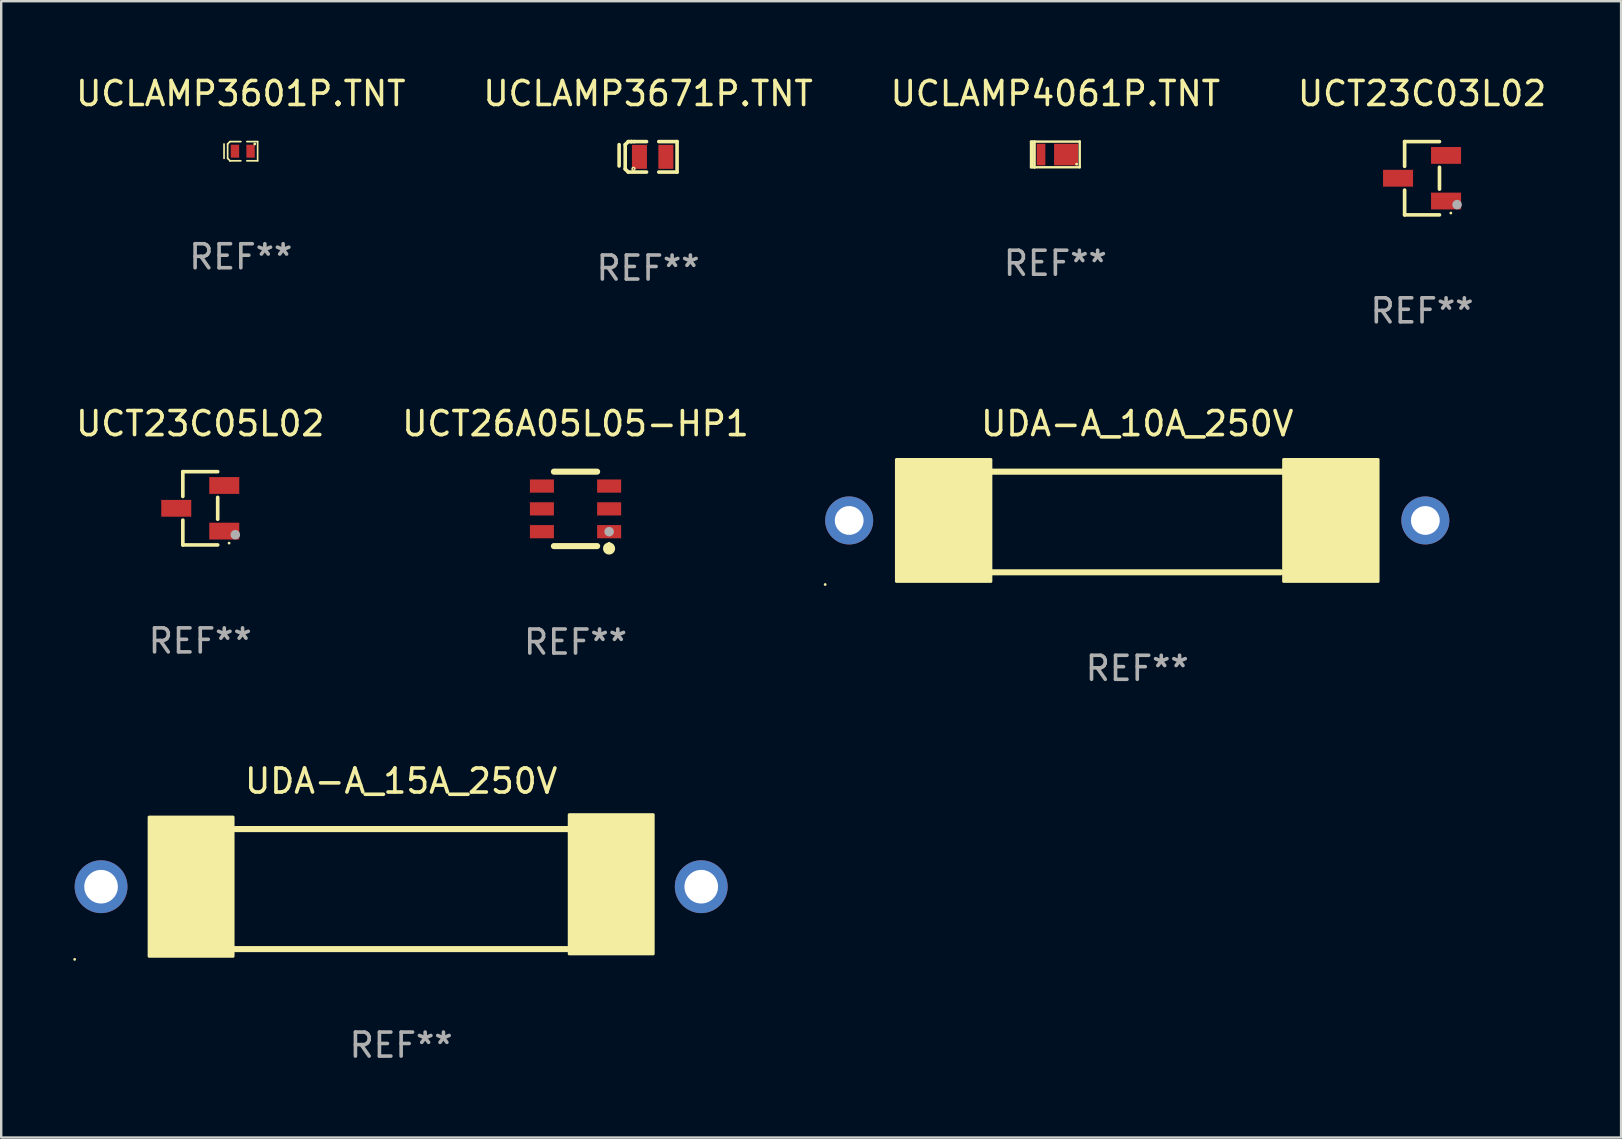
<source format=kicad_pcb>
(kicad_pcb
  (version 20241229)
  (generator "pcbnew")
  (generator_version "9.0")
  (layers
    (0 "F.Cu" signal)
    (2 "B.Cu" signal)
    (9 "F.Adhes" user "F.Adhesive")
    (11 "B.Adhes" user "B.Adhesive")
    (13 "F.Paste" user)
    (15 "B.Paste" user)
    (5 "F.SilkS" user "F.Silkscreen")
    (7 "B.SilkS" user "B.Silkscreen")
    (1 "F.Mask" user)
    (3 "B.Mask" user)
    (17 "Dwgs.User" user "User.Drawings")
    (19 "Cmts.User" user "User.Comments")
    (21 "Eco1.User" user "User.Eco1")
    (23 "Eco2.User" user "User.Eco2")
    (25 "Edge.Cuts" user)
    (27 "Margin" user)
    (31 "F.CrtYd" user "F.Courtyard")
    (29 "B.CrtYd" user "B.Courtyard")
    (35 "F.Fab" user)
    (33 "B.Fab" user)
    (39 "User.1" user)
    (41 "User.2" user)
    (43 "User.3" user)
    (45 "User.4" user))
  (footprint "UCT26A05L05-HP1"
    (layer "F.Cu")
    (at 20.923 18.147)
    (property "Reference" "UCT26A05L05-HP1" (at 0 -3.55 0) (layer "F.SilkS") (effects (font (size 1 1) (thickness 0.15))))
    (attr through_hole)
    (fp_line (start -0.9 -1.55) (end 0.9 -1.55) (stroke (width 0.254) (type solid)) (layer "F.SilkS"))
    (fp_line (start -0.9 1.55) (end 0.9 1.55) (stroke (width 0.254) (type solid)) (layer "F.SilkS"))
    (fp_circle (center 1.397 1.651) (end 1.524 1.651) (stroke (width 0.254) (type solid)) (fill no) (layer "F.SilkS"))
    (fp_circle (center 1.4 1.435) (end 1.43 1.435) (stroke (width 0.06) (type solid)) (fill no) (layer "F.SilkS"))
    (fp_circle (center 1.4 0.95) (end 1.5 0.95) (stroke (width 0.2) (type solid)) (fill no) (layer "F.Fab"))
    (fp_text user "REF**" (at 0 5.55 0) (layer "F.Fab") (effects (font (size 1 1) (thickness 0.15))))
    (pad "1" smd rect (at 1.4 0.95) (size 1 0.55) (layers "F.Cu" "F.Mask" "F.Paste"))
    (pad "2" smd rect (at 1.4 -0.000102) (size 1 0.55) (layers "F.Cu" "F.Mask" "F.Paste"))
    (pad "3" smd rect (at 1.4 -0.95) (size 1 0.55) (layers "F.Cu" "F.Mask" "F.Paste"))
    (pad "4" smd rect (at -1.4 -0.95) (size 1 0.55) (layers "F.Cu" "F.Mask" "F.Paste"))
    (pad "5" smd rect (at -1.4 -0.000102) (size 1 0.55) (layers "F.Cu" "F.Mask" "F.Paste"))
    (pad "6" smd rect (at -1.4 0.95) (size 1 0.55) (layers "F.Cu" "F.Mask" "F.Paste")))
  (footprint "UCLAMP4061P.TNT"
    (layer "F.Cu")
    (at 40.911 3.383)
    (property "Reference" "UCLAMP4061P.TNT" (at 0 -2.535 0) (layer "F.SilkS") (effects (font (size 1 1) (thickness 0.15))))
    (attr through_hole)
    (fp_line (start -1.015 -0.534) (end -1.015 0.535) (stroke (width 0.1) (type solid)) (layer "F.SilkS"))
    (fp_line (start -1.015 0.535) (end -0.865 0.535) (stroke (width 0.1) (type solid)) (layer "F.SilkS"))
    (fp_line (start -0.945 -0.534) (end -0.945 0.535) (stroke (width 0.1) (type solid)) (layer "F.SilkS"))
    (fp_line (start -0.865 -0.534) (end -1.015 -0.534) (stroke (width 0.1) (type solid)) (layer "F.SilkS"))
    (fp_line (start -0.865 -0.534) (end -0.865 0.535) (stroke (width 0.1) (type solid)) (layer "F.SilkS"))
    (fp_line (start -0.865 -0.534) (end 1.015 -0.534) (stroke (width 0.1) (type solid)) (layer "F.SilkS"))
    (fp_line (start -0.865 0.535) (end -0.865 0.525) (stroke (width 0.1) (type solid)) (layer "F.SilkS"))
    (fp_line (start -0.865 0.535) (end 1.015 0.535) (stroke (width 0.1) (type solid)) (layer "F.SilkS"))
    (fp_line (start 1.015 -0.534) (end 1.014 -0.535) (stroke (width 0.1) (type solid)) (layer "F.SilkS"))
    (fp_line (start 1.015 0.535) (end 1.015 -0.534) (stroke (width 0.1) (type solid)) (layer "F.SilkS"))
    (fp_circle (center 0.884 0.405) (end 0.914 0.405) (stroke (width 0.06) (type solid)) (fill no) (layer "F.SilkS"))
    (fp_text user "REF**" (at 0 4.535 0) (layer "F.Fab") (effects (font (size 1 1) (thickness 0.15))))
    (pad "1" smd rect (at 0.446 0.005) (size 1 0.9) (layers "F.Cu" "F.Mask" "F.Paste"))
    (pad "2" smd rect (at -0.598 0.005) (size 0.36 0.9) (layers "F.Cu" "F.Mask" "F.Paste")))
  (footprint "UCLAMP3601P.TNT"
    (layer "F.Cu")
    (at 6.982 3.248)
    (property "Reference" "UCLAMP3601P.TNT" (at 0 -2.4 0) (layer "F.SilkS") (effects (font (size 1 1) (thickness 0.15))))
    (attr through_hole)
    (fp_line (start -0.7 -0.3) (end -0.7 0.3) (stroke (width 0.07) (type solid)) (layer "F.SilkS"))
    (fp_line (start -0.55 -0.301) (end -0.55 0.299) (stroke (width 0.07) (type solid)) (layer "F.SilkS"))
    (fp_line (start -0.451 -0.4) (end -0.55 -0.301) (stroke (width 0.07) (type solid)) (layer "F.SilkS"))
    (fp_line (start -0.45 0.399) (end -0.55 0.299) (stroke (width 0.07) (type solid)) (layer "F.SilkS"))
    (fp_line (start -0.45 0.4) (end -0.45 0.399) (stroke (width 0.07) (type solid)) (layer "F.SilkS"))
    (fp_line (start 0.000038 0.4) (end -0.45 0.4) (stroke (width 0.07) (type solid)) (layer "F.SilkS"))
    (fp_line (start 0.001 -0.4) (end -0.451 -0.4) (stroke (width 0.07) (type solid)) (layer "F.SilkS"))
    (fp_line (start 0.699 -0.4) (end 0.25 -0.4) (stroke (width 0.07) (type solid)) (layer "F.SilkS"))
    (fp_line (start 0.7 0.4) (end 0.25 0.4) (stroke (width 0.07) (type solid)) (layer "F.SilkS"))
    (fp_line (start 0.7 0.4) (end 0.699 -0.4) (stroke (width 0.07) (type solid)) (layer "F.SilkS"))
    (fp_circle (center 0.58 -0.3) (end 0.61 -0.3) (stroke (width 0.06) (type solid)) (fill no) (layer "F.SilkS"))
    (fp_text user "REF**" (at 0 4.4 0) (layer "F.Fab") (effects (font (size 1 1) (thickness 0.15))))
    (pad "1" smd rect (at 0.405 -0.000368 180) (size 0.349 0.54) (layers "F.Cu" "F.Mask" "F.Paste"))
    (pad "2" smd rect (at -0.245 -0.000368 180) (size 0.349 0.54) (layers "F.Cu" "F.Mask" "F.Paste")))
  (footprint "UDA-A_15A_250V"
    (layer "F.Cu")
    (at 13.66 33.985)
    (property "Reference" "UDA-A_15A_250V" (at 0 -4.5 0) (layer "F.SilkS") (effects (font (size 1 1) (thickness 0.15))))
    (attr through_hole)
    (fp_line (start -7 2.5) (end 6.9 2.5) (stroke (width 0.254) (type solid)) (layer "F.SilkS"))
    (fp_line (start -6.9 -2.5) (end 7 -2.5) (stroke (width 0.254) (type solid)) (layer "F.SilkS"))
    (fp_circle (center -13.6 2.927) (end -13.57 2.927) (stroke (width 0.06) (type solid)) (fill no) (layer "F.SilkS"))
    (fp_poly (pts (xy -10.5 -3) (xy -7 -3) (xy -7 2.8) (xy -10.5 2.8)) (stroke (width 0.12) (type solid)) (fill yes) (layer "F.SilkS"))
    (fp_poly (pts (xy 7 -3.1) (xy 10.5 -3.1) (xy 10.5 2.7) (xy 7 2.7)) (stroke (width 0.12) (type solid)) (fill yes) (layer "F.SilkS"))
    (fp_text user "REF**" (at 0 6.5 0) (layer "F.Fab") (effects (font (size 1 1) (thickness 0.15))))
    (pad "1" thru_hole circle (at -12.5 -0.1) (size 2.2 2.2) (drill 1.4) (layers "*.Cu" "*.Mask"))
    (pad "2" thru_hole circle (at 12.5 -0.1) (size 2.2 2.2) (drill 1.4) (layers "*.Cu" "*.Mask")))
  (footprint "UDA-A_10A_250V"
    (layer "F.Cu")
    (at 44.322 18.693)
    (property "Reference" "UDA-A_10A_250V" (at 0 -4.096 0) (layer "F.SilkS") (effects (font (size 1 1) (thickness 0.15))))
    (attr through_hole)
    (fp_line (start -6.096 -2.096) (end 6.096 -2.096) (stroke (width 0.254) (type solid)) (layer "F.SilkS"))
    (fp_line (start -6.096 2.096) (end 5.969 2.096) (stroke (width 0.254) (type solid)) (layer "F.SilkS"))
    (fp_circle (center -13 2.604) (end -12.97 2.604) (stroke (width 0.06) (type solid)) (fill no) (layer "F.SilkS"))
    (fp_poly (pts (xy -10.033 -2.604) (xy -6.096 -2.604) (xy -6.096 2.477) (xy -10.033 2.477)) (stroke (width 0.12) (type solid)) (fill yes) (layer "F.SilkS"))
    (fp_poly (pts (xy 6.096 -2.604) (xy 10.033 -2.604) (xy 10.033 2.477) (xy 6.096 2.477)) (stroke (width 0.12) (type solid)) (fill yes) (layer "F.SilkS"))
    (fp_text user "REF**" (at 0 6.096 0) (layer "F.Fab") (effects (font (size 1 1) (thickness 0.15))))
    (pad "1" thru_hole circle (at -12 -0.064) (size 2 2) (drill 1.2) (layers "*.Cu" "*.Mask"))
    (pad "2" thru_hole circle (at 12 -0.064) (size 2 2) (drill 1.2) (layers "*.Cu" "*.Mask")))
  (footprint "UCLAMP3671P.TNT"
    (layer "F.Cu")
    (at 23.946 3.483)
    (property "Reference" "UCLAMP3671P.TNT" (at 0 -2.635 0) (layer "F.SilkS") (effects (font (size 1 1) (thickness 0.15))))
    (attr through_hole)
    (fp_line (start -1.207 -0.508) (end -1.207 0.381) (stroke (width 0.15) (type solid)) (layer "F.SilkS"))
    (fp_line (start -0.953 -0.508) (end -0.953 0.508) (stroke (width 0.15) (type solid)) (layer "F.SilkS"))
    (fp_line (start -0.953 0.508) (end -0.826 0.635) (stroke (width 0.15) (type solid)) (layer "F.SilkS"))
    (fp_line (start -0.826 -0.635) (end -0.953 -0.508) (stroke (width 0.15) (type solid)) (layer "F.SilkS"))
    (fp_line (start -0.826 0.635) (end -0.064 0.635) (stroke (width 0.15) (type solid)) (layer "F.SilkS"))
    (fp_line (start -0.699 -0.635) (end -0.826 -0.635) (stroke (width 0.15) (type solid)) (layer "F.SilkS"))
    (fp_line (start -0.699 -0.635) (end -0.699 -0.635) (stroke (width 0.15) (type solid)) (layer "F.SilkS"))
    (fp_line (start -0.572 -0.635) (end -0.699 -0.635) (stroke (width 0.15) (type solid)) (layer "F.SilkS"))
    (fp_line (start -0.064 -0.635) (end -0.572 -0.635) (stroke (width 0.15) (type solid)) (layer "F.SilkS"))
    (fp_line (start 0.445 -0.635) (end 1.207 -0.635) (stroke (width 0.15) (type solid)) (layer "F.SilkS"))
    (fp_line (start 1.207 -0.635) (end 1.207 0.635) (stroke (width 0.15) (type solid)) (layer "F.SilkS"))
    (fp_line (start 1.207 0.635) (end 0.445 0.635) (stroke (width 0.15) (type solid)) (layer "F.SilkS"))
    (fp_circle (center -0.609 0.5) (end -0.58 0.5) (stroke (width 0.06) (type solid)) (fill no) (layer "F.SilkS"))
    (fp_text user "REF**" (at 0 4.635 0) (layer "F.Fab") (effects (font (size 1 1) (thickness 0.15))))
    (pad "1" smd rect (at -0.36 0) (size 0.625 1) (layers "F.Cu" "F.Mask" "F.Paste"))
    (pad "2" smd rect (at 0.741 0) (size 0.625 1) (layers "F.Cu" "F.Mask" "F.Paste")))
  (footprint "UCT23C05L02"
    (layer "F.Cu")
    (at 5.292 18.123)
    (property "Reference" "UCT23C05L02" (at 0 -3.526 0) (layer "F.SilkS") (effects (font (size 1 1) (thickness 0.15))))
    (attr through_hole)
    (fp_line (start -0.726 -1.526) (end -0.726 -0.495) (stroke (width 0.152) (type solid)) (layer "F.SilkS"))
    (fp_line (start -0.726 1.526) (end -0.726 0.495) (stroke (width 0.152) (type solid)) (layer "F.SilkS"))
    (fp_line (start 0.726 -1.526) (end -0.726 -1.526) (stroke (width 0.152) (type solid)) (layer "F.SilkS"))
    (fp_line (start 0.726 -0.455) (end 0.726 0.455) (stroke (width 0.152) (type solid)) (layer "F.SilkS"))
    (fp_line (start 0.726 1.526) (end -0.726 1.526) (stroke (width 0.152) (type solid)) (layer "F.SilkS"))
    (fp_circle (center 1.2 1.45) (end 1.23 1.45) (stroke (width 0.06) (type solid)) (fill no) (layer "F.SilkS"))
    (fp_circle (center 1.46 1.1) (end 1.56 1.1) (stroke (width 0.2) (type solid)) (fill no) (layer "F.Fab"))
    (fp_text user "REF**" (at 0 5.526 0) (layer "F.Fab") (effects (font (size 1 1) (thickness 0.15))))
    (pad "1" smd rect (at 1 0.95) (size 1.25 0.7) (layers "F.Cu" "F.Mask" "F.Paste"))
    (pad "2" smd rect (at 1 -0.95) (size 1.25 0.7) (layers "F.Cu" "F.Mask" "F.Paste"))
    (pad "3" smd rect (at -1 0) (size 1.25 0.7) (layers "F.Cu" "F.Mask" "F.Paste")))
  (footprint "UCT23C03L02"
    (layer "F.Cu")
    (at 56.185 4.374)
    (property "Reference" "UCT23C03L02" (at 0 -3.526 0) (layer "F.SilkS") (effects (font (size 1 1) (thickness 0.15))))
    (attr through_hole)
    (fp_line (start -0.726 -1.526) (end -0.726 -0.495) (stroke (width 0.152) (type solid)) (layer "F.SilkS"))
    (fp_line (start -0.726 1.526) (end -0.726 0.495) (stroke (width 0.152) (type solid)) (layer "F.SilkS"))
    (fp_line (start 0.726 -1.526) (end -0.726 -1.526) (stroke (width 0.152) (type solid)) (layer "F.SilkS"))
    (fp_line (start 0.726 -0.455) (end 0.726 0.455) (stroke (width 0.152) (type solid)) (layer "F.SilkS"))
    (fp_line (start 0.726 1.526) (end -0.726 1.526) (stroke (width 0.152) (type solid)) (layer "F.SilkS"))
    (fp_circle (center 1.2 1.45) (end 1.23 1.45) (stroke (width 0.06) (type solid)) (fill no) (layer "F.SilkS"))
    (fp_circle (center 1.46 1.1) (end 1.56 1.1) (stroke (width 0.2) (type solid)) (fill no) (layer "F.Fab"))
    (fp_text user "REF**" (at 0 5.526 0) (layer "F.Fab") (effects (font (size 1 1) (thickness 0.15))))
    (pad "1" smd rect (at 1 0.95) (size 1.25 0.7) (layers "F.Cu" "F.Mask" "F.Paste"))
    (pad "2" smd rect (at 1 -0.95) (size 1.25 0.7) (layers "F.Cu" "F.Mask" "F.Paste"))
    (pad "3" smd rect (at -1 0) (size 1.25 0.7) (layers "F.Cu" "F.Mask" "F.Paste")))
  (gr_rect
    (start -3 -3)
    (end 64.476 44.333)
    (stroke (width 0.1) (type default))
    (fill no)
    (layer "Edge.Cuts")))
</source>
